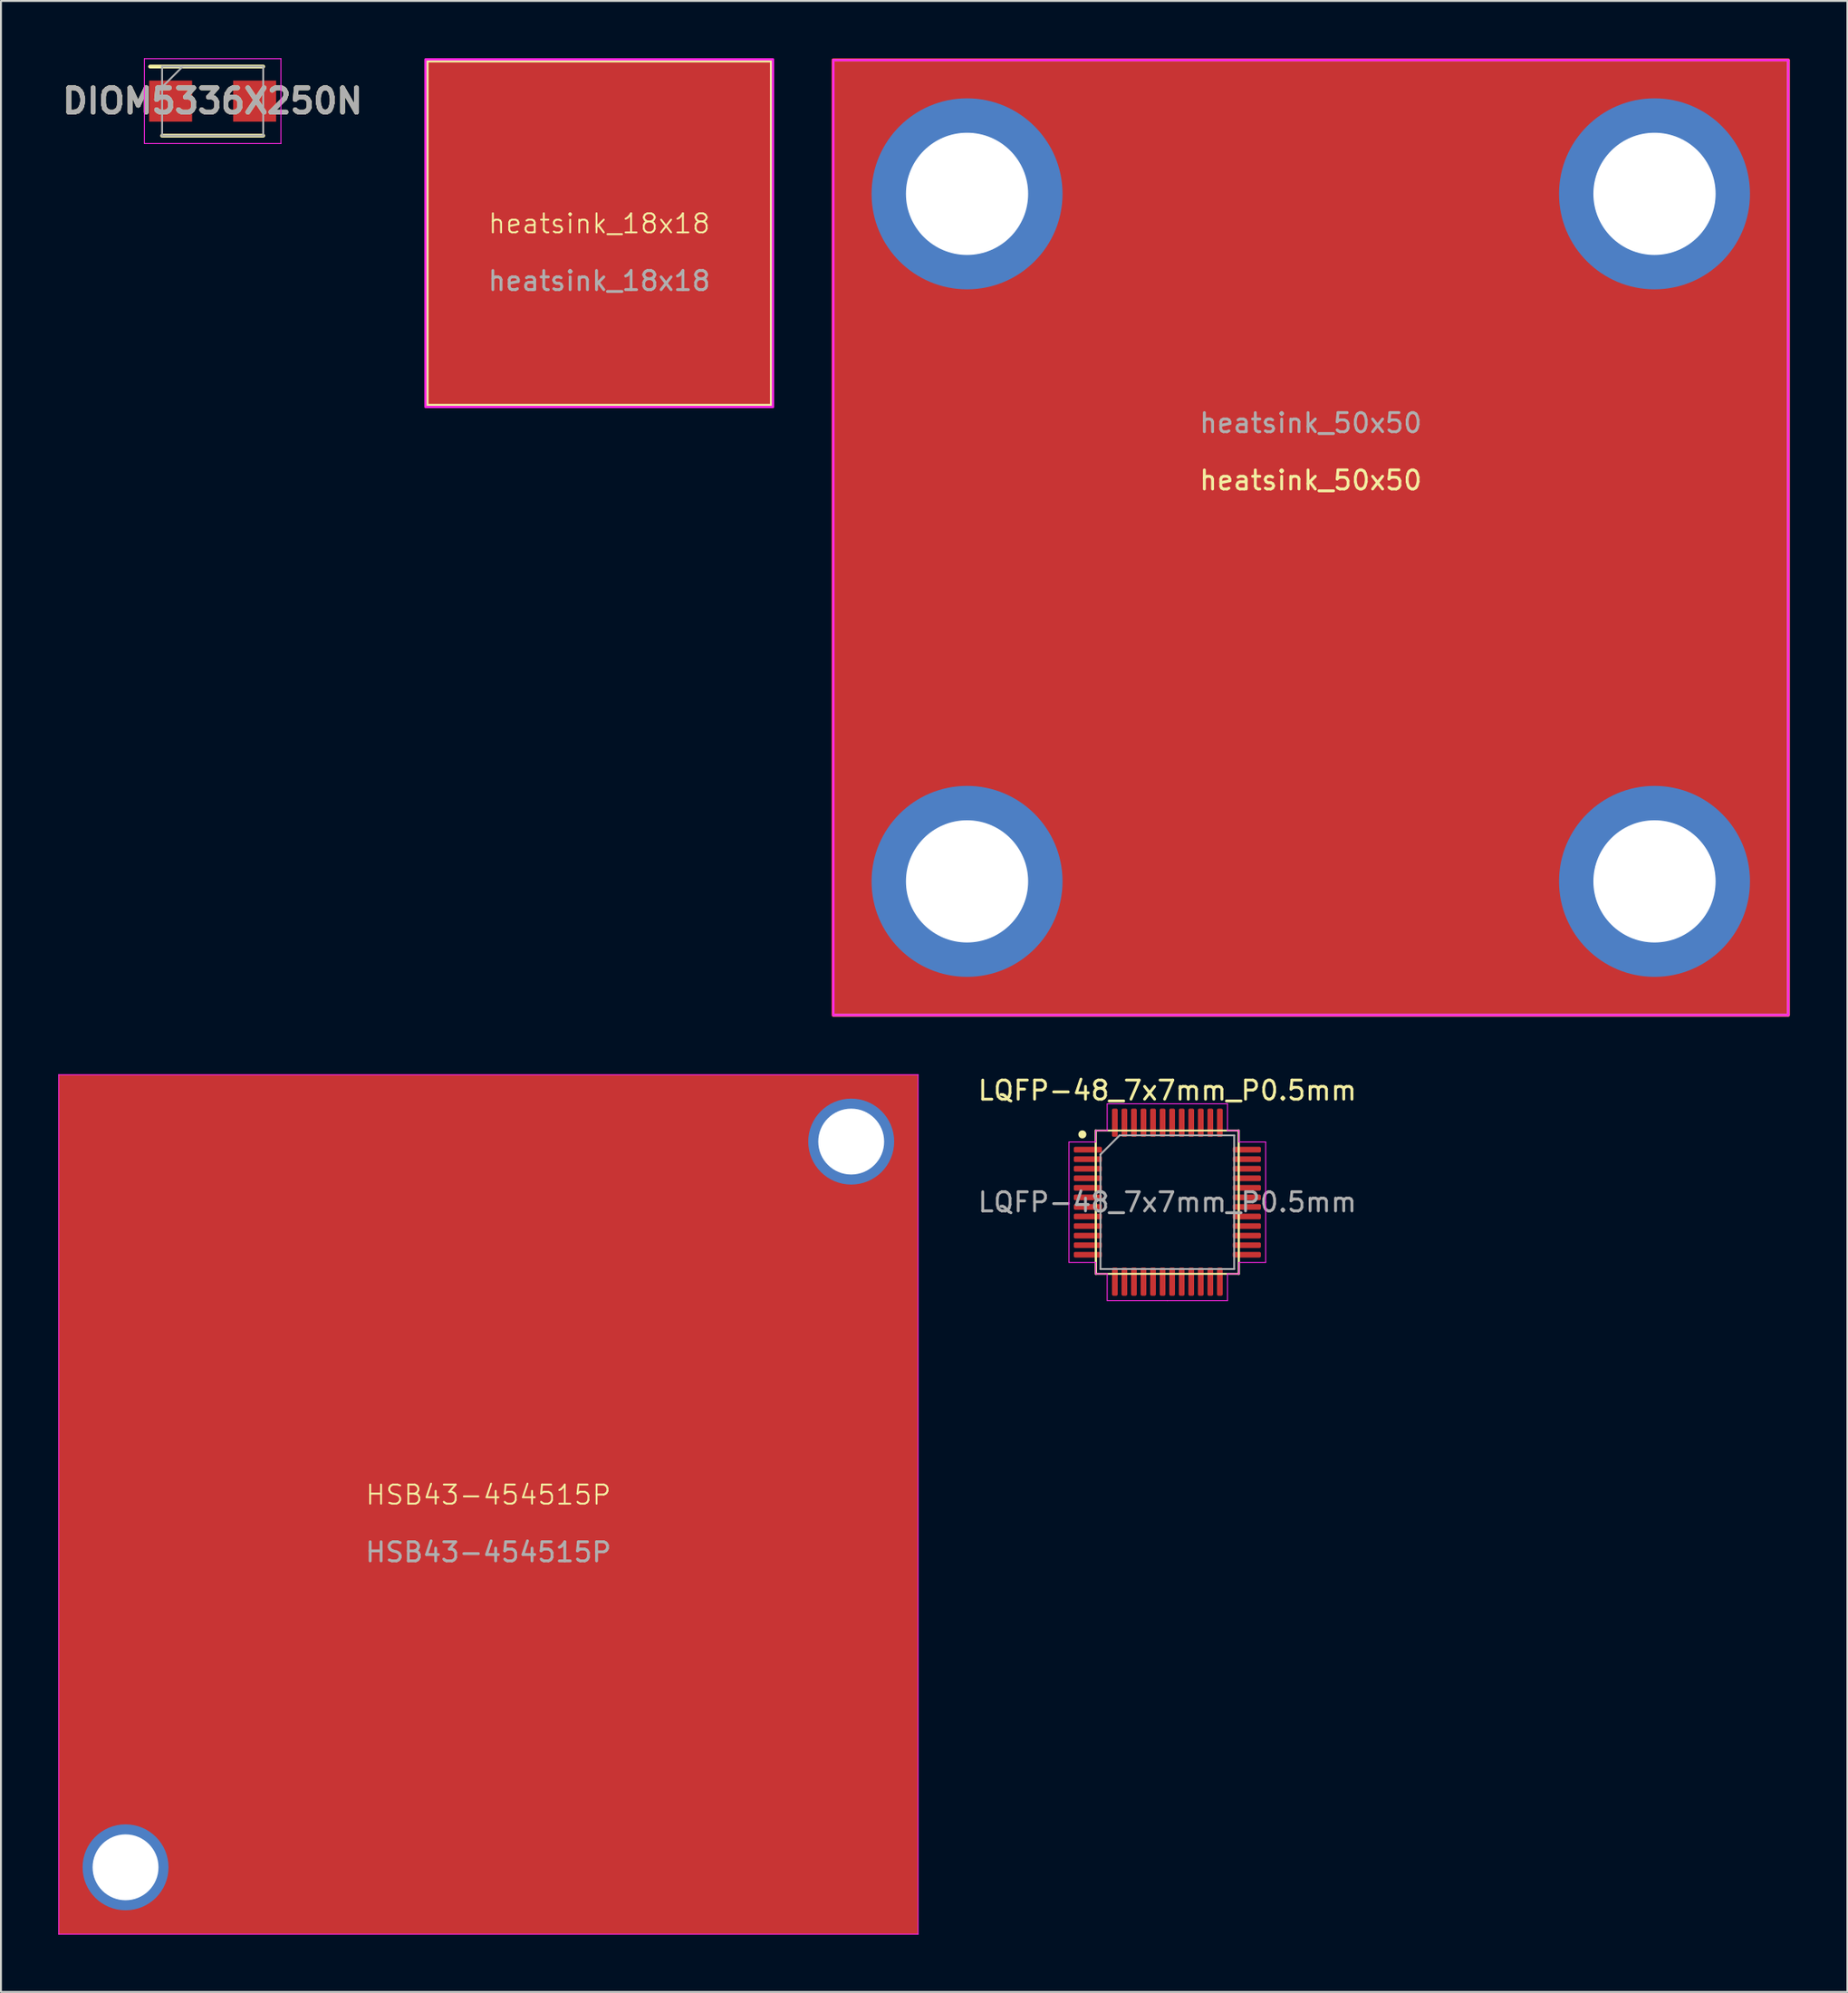
<source format=kicad_pcb>
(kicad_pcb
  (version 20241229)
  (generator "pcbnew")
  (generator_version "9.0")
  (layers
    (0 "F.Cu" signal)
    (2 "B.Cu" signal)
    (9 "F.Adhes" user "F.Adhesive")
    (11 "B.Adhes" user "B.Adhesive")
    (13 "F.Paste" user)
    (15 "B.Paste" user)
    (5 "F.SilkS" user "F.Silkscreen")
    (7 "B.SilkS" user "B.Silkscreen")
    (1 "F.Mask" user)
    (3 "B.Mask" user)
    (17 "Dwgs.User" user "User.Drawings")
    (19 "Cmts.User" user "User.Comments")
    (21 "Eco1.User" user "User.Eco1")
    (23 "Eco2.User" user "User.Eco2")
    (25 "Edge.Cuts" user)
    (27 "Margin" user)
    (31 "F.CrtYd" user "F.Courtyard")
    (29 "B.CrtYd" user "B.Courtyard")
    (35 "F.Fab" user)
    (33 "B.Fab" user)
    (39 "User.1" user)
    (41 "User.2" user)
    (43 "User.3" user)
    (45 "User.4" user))
  (footprint "LQFP-48_7x7mm_P0.5mm"
    (layer "F.Cu")
    (at 58.08 59.898)
    (property "Reference" "LQFP-48_7x7mm_P0.5mm" (at 0 -5.85 0) (layer "F.SilkS") (effects (font (size 1 1) (thickness 0.15))))
    (attr smd)
    (fp_line (start -3.75 -3.75) (end -3.742 3.75) (stroke (width 0.12) (type default)) (layer "F.SilkS"))
    (fp_line (start 3.734 -3.75) (end -3.75 -3.75) (stroke (width 0.1) (type solid)) (layer "F.SilkS"))
    (fp_line (start 3.742 3.75) (end -3.742 3.75) (stroke (width 0.1) (type solid)) (layer "F.SilkS"))
    (fp_line (start 3.742 3.75) (end 3.734 -3.75) (stroke (width 0.12) (type default)) (layer "F.SilkS"))
    (fp_circle (center -4.45 -3.55) (end -4.3 -3.55) (stroke (width 0.12) (type solid)) (fill yes) (layer "F.SilkS"))
    (fp_line (start -5.15 -3.15) (end -5.15 0) (stroke (width 0.05) (type solid)) (layer "F.CrtYd"))
    (fp_line (start -5.15 3.15) (end -5.15 0) (stroke (width 0.05) (type solid)) (layer "F.CrtYd"))
    (fp_line (start -3.75 -3.75) (end -3.75 -3.15) (stroke (width 0.05) (type solid)) (layer "F.CrtYd"))
    (fp_line (start -3.75 -3.15) (end -5.15 -3.15) (stroke (width 0.05) (type solid)) (layer "F.CrtYd"))
    (fp_line (start -3.75 3.15) (end -5.15 3.15) (stroke (width 0.05) (type solid)) (layer "F.CrtYd"))
    (fp_line (start -3.75 3.75) (end -3.75 3.15) (stroke (width 0.05) (type solid)) (layer "F.CrtYd"))
    (fp_line (start -3.15 -5.15) (end -3.15 -3.75) (stroke (width 0.05) (type solid)) (layer "F.CrtYd"))
    (fp_line (start -3.15 -3.75) (end -3.75 -3.75) (stroke (width 0.05) (type solid)) (layer "F.CrtYd"))
    (fp_line (start -3.15 3.75) (end -3.75 3.75) (stroke (width 0.05) (type solid)) (layer "F.CrtYd"))
    (fp_line (start -3.15 5.15) (end -3.15 3.75) (stroke (width 0.05) (type solid)) (layer "F.CrtYd"))
    (fp_line (start 0 -5.15) (end -3.15 -5.15) (stroke (width 0.05) (type solid)) (layer "F.CrtYd"))
    (fp_line (start 0 -5.15) (end 3.15 -5.15) (stroke (width 0.05) (type solid)) (layer "F.CrtYd"))
    (fp_line (start 0 5.15) (end -3.15 5.15) (stroke (width 0.05) (type solid)) (layer "F.CrtYd"))
    (fp_line (start 0 5.15) (end 3.15 5.15) (stroke (width 0.05) (type solid)) (layer "F.CrtYd"))
    (fp_line (start 3.15 -5.15) (end 3.15 -3.75) (stroke (width 0.05) (type solid)) (layer "F.CrtYd"))
    (fp_line (start 3.15 -3.75) (end 3.75 -3.75) (stroke (width 0.05) (type solid)) (layer "F.CrtYd"))
    (fp_line (start 3.15 3.75) (end 3.75 3.75) (stroke (width 0.05) (type solid)) (layer "F.CrtYd"))
    (fp_line (start 3.15 5.15) (end 3.15 3.75) (stroke (width 0.05) (type solid)) (layer "F.CrtYd"))
    (fp_line (start 3.75 -3.75) (end 3.75 -3.15) (stroke (width 0.05) (type solid)) (layer "F.CrtYd"))
    (fp_line (start 3.75 -3.15) (end 5.15 -3.15) (stroke (width 0.05) (type solid)) (layer "F.CrtYd"))
    (fp_line (start 3.75 3.15) (end 5.15 3.15) (stroke (width 0.05) (type solid)) (layer "F.CrtYd"))
    (fp_line (start 3.75 3.75) (end 3.75 3.15) (stroke (width 0.05) (type solid)) (layer "F.CrtYd"))
    (fp_line (start 5.15 -3.15) (end 5.15 0) (stroke (width 0.05) (type solid)) (layer "F.CrtYd"))
    (fp_line (start 5.15 3.15) (end 5.15 0) (stroke (width 0.05) (type solid)) (layer "F.CrtYd"))
    (fp_line (start -3.5 -2.5) (end -2.5 -3.5) (stroke (width 0.1) (type solid)) (layer "F.Fab"))
    (fp_line (start -3.5 3.5) (end -3.5 -2.5) (stroke (width 0.1) (type solid)) (layer "F.Fab"))
    (fp_line (start -2.5 -3.5) (end 3.5 -3.5) (stroke (width 0.1) (type solid)) (layer "F.Fab"))
    (fp_line (start 3.5 -3.5) (end 3.5 3.5) (stroke (width 0.1) (type solid)) (layer "F.Fab"))
    (fp_line (start 3.5 3.5) (end -3.5 3.5) (stroke (width 0.1) (type solid)) (layer "F.Fab"))
    (fp_text user "${REFERENCE}" (at 0 0 0) (layer "F.Fab") (effects (font (size 1 1) (thickness 0.15))))
    (pad "1" smd roundrect (at -4.162 -2.75) (size 1.475 0.3) (layers "F.Cu" "F.Mask" "F.Paste") (roundrect_rratio 0.25))
    (pad "2" smd roundrect (at -4.162 -2.25) (size 1.475 0.3) (layers "F.Cu" "F.Mask" "F.Paste") (roundrect_rratio 0.25))
    (pad "3" smd roundrect (at -4.162 -1.75) (size 1.475 0.3) (layers "F.Cu" "F.Mask" "F.Paste") (roundrect_rratio 0.25))
    (pad "4" smd roundrect (at -4.162 -1.25) (size 1.475 0.3) (layers "F.Cu" "F.Mask" "F.Paste") (roundrect_rratio 0.25))
    (pad "5" smd roundrect (at -4.162 -0.75) (size 1.475 0.3) (layers "F.Cu" "F.Mask" "F.Paste") (roundrect_rratio 0.25))
    (pad "6" smd roundrect (at -4.162 -0.25) (size 1.475 0.3) (layers "F.Cu" "F.Mask" "F.Paste") (roundrect_rratio 0.25))
    (pad "7" smd roundrect (at -4.162 0.25) (size 1.475 0.3) (layers "F.Cu" "F.Mask" "F.Paste") (roundrect_rratio 0.25))
    (pad "8" smd roundrect (at -4.162 0.75) (size 1.475 0.3) (layers "F.Cu" "F.Mask" "F.Paste") (roundrect_rratio 0.25))
    (pad "9" smd roundrect (at -4.162 1.25) (size 1.475 0.3) (layers "F.Cu" "F.Mask" "F.Paste") (roundrect_rratio 0.25))
    (pad "10" smd roundrect (at -4.162 1.75) (size 1.475 0.3) (layers "F.Cu" "F.Mask" "F.Paste") (roundrect_rratio 0.25))
    (pad "11" smd roundrect (at -4.162 2.25) (size 1.475 0.3) (layers "F.Cu" "F.Mask" "F.Paste") (roundrect_rratio 0.25))
    (pad "12" smd roundrect (at -4.162 2.75) (size 1.475 0.3) (layers "F.Cu" "F.Mask" "F.Paste") (roundrect_rratio 0.25))
    (pad "13" smd roundrect (at -2.75 4.162) (size 0.3 1.475) (layers "F.Cu" "F.Mask" "F.Paste") (roundrect_rratio 0.25))
    (pad "14" smd roundrect (at -2.25 4.162) (size 0.3 1.475) (layers "F.Cu" "F.Mask" "F.Paste") (roundrect_rratio 0.25))
    (pad "15" smd roundrect (at -1.75 4.162) (size 0.3 1.475) (layers "F.Cu" "F.Mask" "F.Paste") (roundrect_rratio 0.25))
    (pad "16" smd roundrect (at -1.25 4.162) (size 0.3 1.475) (layers "F.Cu" "F.Mask" "F.Paste") (roundrect_rratio 0.25))
    (pad "17" smd roundrect (at -0.75 4.162) (size 0.3 1.475) (layers "F.Cu" "F.Mask" "F.Paste") (roundrect_rratio 0.25))
    (pad "18" smd roundrect (at -0.25 4.162) (size 0.3 1.475) (layers "F.Cu" "F.Mask" "F.Paste") (roundrect_rratio 0.25))
    (pad "19" smd roundrect (at 0.25 4.162) (size 0.3 1.475) (layers "F.Cu" "F.Mask" "F.Paste") (roundrect_rratio 0.25))
    (pad "20" smd roundrect (at 0.75 4.162) (size 0.3 1.475) (layers "F.Cu" "F.Mask" "F.Paste") (roundrect_rratio 0.25))
    (pad "21" smd roundrect (at 1.25 4.162) (size 0.3 1.475) (layers "F.Cu" "F.Mask" "F.Paste") (roundrect_rratio 0.25))
    (pad "22" smd roundrect (at 1.75 4.162) (size 0.3 1.475) (layers "F.Cu" "F.Mask" "F.Paste") (roundrect_rratio 0.25))
    (pad "23" smd roundrect (at 2.25 4.162) (size 0.3 1.475) (layers "F.Cu" "F.Mask" "F.Paste") (roundrect_rratio 0.25))
    (pad "24" smd roundrect (at 2.75 4.162) (size 0.3 1.475) (layers "F.Cu" "F.Mask" "F.Paste") (roundrect_rratio 0.25))
    (pad "25" smd roundrect (at 4.162 2.75) (size 1.475 0.3) (layers "F.Cu" "F.Mask" "F.Paste") (roundrect_rratio 0.25))
    (pad "26" smd roundrect (at 4.162 2.25) (size 1.475 0.3) (layers "F.Cu" "F.Mask" "F.Paste") (roundrect_rratio 0.25))
    (pad "27" smd roundrect (at 4.162 1.75) (size 1.475 0.3) (layers "F.Cu" "F.Mask" "F.Paste") (roundrect_rratio 0.25))
    (pad "28" smd roundrect (at 4.162 1.25) (size 1.475 0.3) (layers "F.Cu" "F.Mask" "F.Paste") (roundrect_rratio 0.25))
    (pad "29" smd roundrect (at 4.162 0.75) (size 1.475 0.3) (layers "F.Cu" "F.Mask" "F.Paste") (roundrect_rratio 0.25))
    (pad "30" smd roundrect (at 4.162 0.25) (size 1.475 0.3) (layers "F.Cu" "F.Mask" "F.Paste") (roundrect_rratio 0.25))
    (pad "31" smd roundrect (at 4.162 -0.25) (size 1.475 0.3) (layers "F.Cu" "F.Mask" "F.Paste") (roundrect_rratio 0.25))
    (pad "32" smd roundrect (at 4.162 -0.75) (size 1.475 0.3) (layers "F.Cu" "F.Mask" "F.Paste") (roundrect_rratio 0.25))
    (pad "33" smd roundrect (at 4.162 -1.25) (size 1.475 0.3) (layers "F.Cu" "F.Mask" "F.Paste") (roundrect_rratio 0.25))
    (pad "34" smd roundrect (at 4.162 -1.75) (size 1.475 0.3) (layers "F.Cu" "F.Mask" "F.Paste") (roundrect_rratio 0.25))
    (pad "35" smd roundrect (at 4.162 -2.25) (size 1.475 0.3) (layers "F.Cu" "F.Mask" "F.Paste") (roundrect_rratio 0.25))
    (pad "36" smd roundrect (at 4.162 -2.75) (size 1.475 0.3) (layers "F.Cu" "F.Mask" "F.Paste") (roundrect_rratio 0.25))
    (pad "37" smd roundrect (at 2.75 -4.162) (size 0.3 1.475) (layers "F.Cu" "F.Mask" "F.Paste") (roundrect_rratio 0.25))
    (pad "38" smd roundrect (at 2.25 -4.162) (size 0.3 1.475) (layers "F.Cu" "F.Mask" "F.Paste") (roundrect_rratio 0.25))
    (pad "39" smd roundrect (at 1.75 -4.162) (size 0.3 1.475) (layers "F.Cu" "F.Mask" "F.Paste") (roundrect_rratio 0.25))
    (pad "40" smd roundrect (at 1.25 -4.162) (size 0.3 1.475) (layers "F.Cu" "F.Mask" "F.Paste") (roundrect_rratio 0.25))
    (pad "41" smd roundrect (at 0.75 -4.162) (size 0.3 1.475) (layers "F.Cu" "F.Mask" "F.Paste") (roundrect_rratio 0.25))
    (pad "42" smd roundrect (at 0.25 -4.162) (size 0.3 1.475) (layers "F.Cu" "F.Mask" "F.Paste") (roundrect_rratio 0.25))
    (pad "43" smd roundrect (at -0.25 -4.162) (size 0.3 1.475) (layers "F.Cu" "F.Mask" "F.Paste") (roundrect_rratio 0.25))
    (pad "44" smd roundrect (at -0.75 -4.162) (size 0.3 1.475) (layers "F.Cu" "F.Mask" "F.Paste") (roundrect_rratio 0.25))
    (pad "45" smd roundrect (at -1.25 -4.162) (size 0.3 1.475) (layers "F.Cu" "F.Mask" "F.Paste") (roundrect_rratio 0.25))
    (pad "46" smd roundrect (at -1.75 -4.162) (size 0.3 1.475) (layers "F.Cu" "F.Mask" "F.Paste") (roundrect_rratio 0.25))
    (pad "47" smd roundrect (at -2.25 -4.162) (size 0.3 1.475) (layers "F.Cu" "F.Mask" "F.Paste") (roundrect_rratio 0.25))
    (pad "48" smd roundrect (at -2.75 -4.162) (size 0.3 1.475) (layers "F.Cu" "F.Mask" "F.Paste") (roundrect_rratio 0.25)))
  (footprint "heatsink_18x18"
    (layer "F.Cu")
    (at 28.331 9.16)
    (property "Reference" "heatsink_18x18" (at 0 -0.5 0) (unlocked yes) (layer "F.SilkS") (effects (font (size 1 1) (thickness 0.1))))
    (fp_rect (start -9 -9) (end 9 9) (stroke (width 0.12) (type default)) (fill no) (layer "F.SilkS"))
    (fp_rect (start -9.1 -9.1) (end 9.1 9.1) (stroke (width 0.12) (type default)) (fill no) (layer "F.CrtYd"))
    (fp_text user "${REFERENCE}" (at 0 2.5 0) (unlocked yes) (layer "F.Fab") (effects (font (size 1 1) (thickness 0.15))))
    (pad "PAD" smd rect (at 0 0) (size 18 18) (layers "F.Cu" "F.Mask" "F.Paste")))
  (footprint "heatsink_50x50"
    (layer "F.Cu")
    (at 65.591 25.1)
    (property "Reference" "heatsink_50x50" (at 0 -3 0) (layer "F.SilkS") (effects (font (size 1 1) (thickness 0.15))))
    (attr exclude_from_pos_files exclude_from_bom)
    (fp_rect (start -25 -25) (end 25 25) (stroke (width 0.2) (type solid)) (fill yes) (layer "F.Cu"))
    (fp_line (start -25 -25) (end -25 25) (stroke (width 0.12) (type default)) (layer "F.SilkS"))
    (fp_line (start -25 -25) (end 25 -25) (stroke (width 0.12) (type default)) (layer "F.SilkS"))
    (fp_line (start -25 25) (end 25 25) (stroke (width 0.12) (type default)) (layer "F.SilkS"))
    (fp_line (start 25 -25) (end 25 25) (stroke (width 0.12) (type default)) (layer "F.SilkS"))
    (fp_line (start -25 -25) (end -25 25) (stroke (width 0.12) (type default)) (layer "F.CrtYd"))
    (fp_line (start -25 -25) (end 25 -25) (stroke (width 0.12) (type default)) (layer "F.CrtYd"))
    (fp_line (start -25 25) (end 25 25) (stroke (width 0.12) (type default)) (layer "F.CrtYd"))
    (fp_line (start 25 -25) (end 25 25) (stroke (width 0.12) (type default)) (layer "F.CrtYd"))
    (fp_line (start -25 -25) (end -25 25) (stroke (width 0.12) (type default)) (layer "F.Fab"))
    (fp_line (start -25 -25) (end 25 -25) (stroke (width 0.12) (type default)) (layer "F.Fab"))
    (fp_line (start -25 25) (end 25 25) (stroke (width 0.12) (type default)) (layer "F.Fab"))
    (fp_line (start 25 -25) (end 25 25) (stroke (width 0.12) (type default)) (layer "F.Fab"))
    (fp_text user "${REFERENCE}" (at 0 -6 0) (layer "F.Fab") (effects (font (size 1 1) (thickness 0.15))))
    (pad "1" thru_hole circle (at -18 -18) (size 6.8 6.8) (drill 6.4) (layers "*.Cu" "*.Mask"))
    (pad "1" connect circle (at -18 -18) (size 10 10) (layers "F.Cu" "F.Mask"))
    (pad "1" connect circle (at -18 -18) (size 10 10) (layers "B.Cu" "B.Mask"))
    (pad "1" thru_hole circle (at -18 18) (size 6.8 6.8) (drill 6.4) (layers "*.Cu" "*.Mask"))
    (pad "1" connect circle (at -18 18) (size 10 10) (layers "F.Cu" "F.Mask"))
    (pad "1" thru_hole circle (at 18 -18) (size 6.8 6.8) (drill 6.4) (layers "*.Cu" "*.Mask"))
    (pad "1" connect circle (at 18 -18) (size 10 10) (layers "F.Cu" "F.Mask"))
    (pad "1" thru_hole circle (at 18 18) (size 6.8 6.8) (drill 6.4) (layers "*.Cu" "*.Mask"))
    (pad "2" connect circle (at 18 -18) (size 10 10) (layers "B.Cu" "B.Mask"))
    (pad "3" connect circle (at -18 18) (size 10 10) (layers "B.Cu" "B.Mask"))
    (pad "4" connect circle (at 18 18) (size 10 10) (layers "F.Cu" "F.Mask"))
    (pad "4" connect circle (at 18 18) (size 10 10) (layers "B.Cu" "B.Mask")))
  (footprint "DIOM5336X250N"
    (layer "F.Cu")
    (at 8.086 2.245)
    (property "Reference" "DIOM5336X250N" (at 0 0 0) (layer "F.SilkS") (effects (font (size 1.27 1.27) (thickness 0.254))))
    (attr smd)
    (fp_line (start -2.648 1.81) (end 2.648 1.81) (stroke (width 0.2) (type solid)) (layer "F.SilkS"))
    (fp_line (start 2.648 -1.81) (end -3.275 -1.81) (stroke (width 0.2) (type solid)) (layer "F.SilkS"))
    (fp_line (start -3.575 -2.22) (end 3.575 -2.22) (stroke (width 0.05) (type solid)) (layer "F.CrtYd"))
    (fp_line (start -3.575 2.22) (end -3.575 -2.22) (stroke (width 0.05) (type solid)) (layer "F.CrtYd"))
    (fp_line (start 3.575 -2.22) (end 3.575 2.22) (stroke (width 0.05) (type solid)) (layer "F.CrtYd"))
    (fp_line (start 3.575 2.22) (end -3.575 2.22) (stroke (width 0.05) (type solid)) (layer "F.CrtYd"))
    (fp_line (start -2.648 -1.81) (end 2.648 -1.81) (stroke (width 0.1) (type solid)) (layer "F.Fab"))
    (fp_line (start -2.648 -0.735) (end -1.572 -1.81) (stroke (width 0.1) (type solid)) (layer "F.Fab"))
    (fp_line (start -2.648 1.81) (end -2.648 -1.81) (stroke (width 0.1) (type solid)) (layer "F.Fab"))
    (fp_line (start 2.648 -1.81) (end 2.648 1.81) (stroke (width 0.1) (type solid)) (layer "F.Fab"))
    (fp_line (start 2.648 1.81) (end -2.648 1.81) (stroke (width 0.1) (type solid)) (layer "F.Fab"))
    (fp_text user "${REFERENCE}" (at 0 0 0) (layer "F.Fab") (effects (font (size 1.27 1.27) (thickness 0.254))))
    (pad "1" smd rect (at -2.2 0 90) (size 2.15 2.25) (layers "F.Cu" "F.Mask" "F.Paste"))
    (pad "2" smd rect (at 2.2 0 90) (size 2.15 2.25) (layers "F.Cu" "F.Mask" "F.Paste")))
  (footprint "HSB43-454515P"
    (layer "F.Cu")
    (at 22.525 75.725)
    (property "Reference" "HSB43-454515P" (at 0 -0.5 0) (unlocked yes) (layer "F.SilkS") (effects (font (size 1 1) (thickness 0.1))))
    (fp_line (start -22.5 -22.5) (end 22.5 -22.5) (stroke (width 0.05) (type default)) (layer "F.CrtYd"))
    (fp_line (start -22.5 22.5) (end -22.5 -22.5) (stroke (width 0.05) (type default)) (layer "F.CrtYd"))
    (fp_line (start -22.5 22.5) (end 22.5 22.5) (stroke (width 0.05) (type default)) (layer "F.CrtYd"))
    (fp_line (start 22.5 -22.5) (end 22.5 22.5) (stroke (width 0.05) (type default)) (layer "F.CrtYd"))
    (fp_text user "${REFERENCE}" (at 0 2.5 0) (unlocked yes) (layer "F.Fab") (effects (font (size 1 1) (thickness 0.15))))
    (pad "" np_thru_hole circle (at -19 19) (size 4.5 4.5) (drill 3.45) (layers "*.Cu" "*.Mask"))
    (pad "" np_thru_hole circle (at 19 -19) (size 4.5 4.5) (drill 3.45) (layers "*.Cu" "*.Mask"))
    (pad "PAD" smd rect (at 0 0) (size 45 45) (layers "F.Cu" "F.Mask" "F.Paste")))
  (gr_rect
    (start -3 -3)
    (end 93.691 101.25)
    (stroke (width 0.1) (type default))
    (fill no)
    (layer "Edge.Cuts")))
</source>
